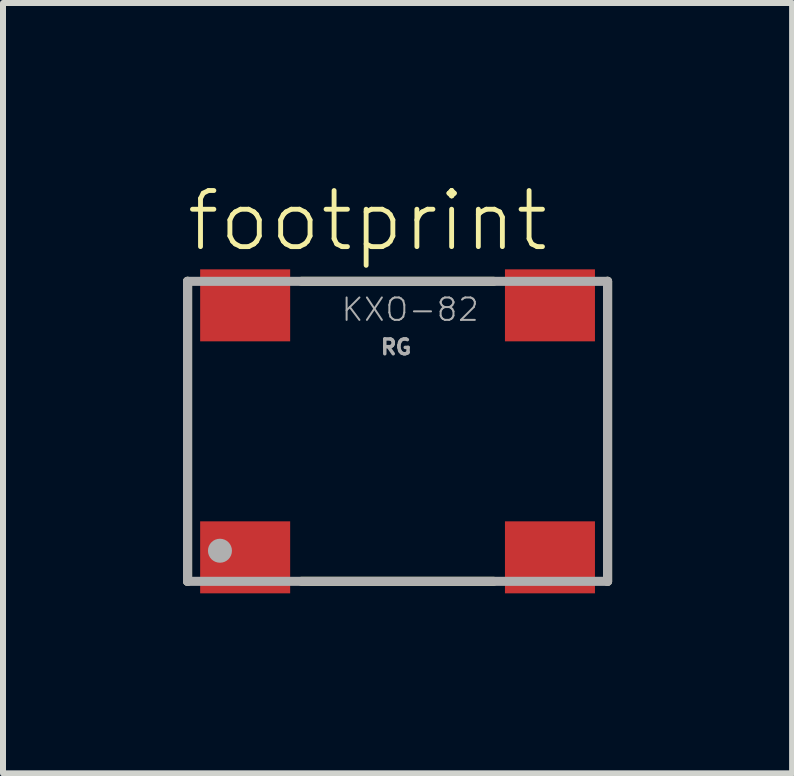
<source format=kicad_pcb>
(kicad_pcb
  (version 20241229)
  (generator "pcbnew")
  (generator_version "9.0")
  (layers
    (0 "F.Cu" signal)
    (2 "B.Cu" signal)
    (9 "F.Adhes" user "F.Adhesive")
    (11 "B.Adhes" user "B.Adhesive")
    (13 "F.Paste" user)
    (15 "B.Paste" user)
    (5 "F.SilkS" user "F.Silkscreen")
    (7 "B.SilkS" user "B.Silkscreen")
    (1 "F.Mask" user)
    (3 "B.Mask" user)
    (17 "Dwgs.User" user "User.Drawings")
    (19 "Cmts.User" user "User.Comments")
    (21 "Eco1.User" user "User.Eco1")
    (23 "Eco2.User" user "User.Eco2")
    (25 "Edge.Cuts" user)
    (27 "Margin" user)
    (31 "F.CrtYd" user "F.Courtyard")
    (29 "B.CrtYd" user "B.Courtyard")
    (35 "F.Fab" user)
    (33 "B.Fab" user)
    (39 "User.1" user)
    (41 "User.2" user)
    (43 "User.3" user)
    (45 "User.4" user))
  (footprint "footprint"
    (layer "F.Cu")
    (at 3.576 4.139)
    (property "Reference" "footprint" (at -3.56 -2.96 0) (layer "F.SilkS") (effects (font (size 0.935 0.935) (thickness 0.081)) (justify left bottom)))
    (fp_line (start -3.5 2.5) (end -3.5 -2.5) (stroke (width 0.152) (type solid)) (layer "F.SilkS"))
    (fp_line (start -1.6 -2.5) (end 1.6 -2.5) (stroke (width 0.152) (type solid)) (layer "F.SilkS"))
    (fp_line (start -1.6 2.5) (end 1.6 2.5) (stroke (width 0.152) (type solid)) (layer "F.SilkS"))
    (fp_line (start 3.5 2.5) (end 3.5 -2.5) (stroke (width 0.152) (type solid)) (layer "F.SilkS"))
    (fp_line (start -3.5 -2.5) (end -3.5 2.5) (stroke (width 0.152) (type solid)) (layer "F.Fab"))
    (fp_line (start -3.5 2.5) (end 3.5 2.5) (stroke (width 0.152) (type solid)) (layer "F.Fab"))
    (fp_line (start 3.5 -2.5) (end -3.5 -2.5) (stroke (width 0.152) (type solid)) (layer "F.Fab"))
    (fp_line (start 3.5 2.5) (end 3.5 -2.5) (stroke (width 0.152) (type solid)) (layer "F.Fab"))
    (fp_circle (center -2.96 1.99) (end -2.86 1.99) (stroke (width 0.2) (type solid)) (fill no) (layer "F.Fab"))
    (fp_text user "KXO-82" (at -0.96 -1.81 0) (layer "F.Fab") (effects (font (size 0.374 0.374) (thickness 0.033)) (justify left bottom)))
    (fp_text user "RG" (at -0.31 -1.26 0) (layer "F.Fab") (effects (font (size 0.247 0.247) (thickness 0.058)) (justify left bottom)))
    (pad "1" smd rect (at -2.54 2.1) (size 1.5 1.2) (layers "F.Cu" "F.Mask" "F.Paste"))
    (pad "2" smd rect (at 2.54 2.1) (size 1.5 1.2) (layers "F.Cu" "F.Mask" "F.Paste"))
    (pad "3" smd rect (at 2.54 -2.1) (size 1.5 1.2) (layers "F.Cu" "F.Mask" "F.Paste"))
    (pad "4" smd rect (at -2.54 -2.1) (size 1.5 1.2) (layers "F.Cu" "F.Mask" "F.Paste")))
  (gr_rect
    (start -3 -3)
    (end 10.152 9.839)
    (stroke (width 0.1) (type default))
    (fill no)
    (layer "Edge.Cuts")))
</source>
